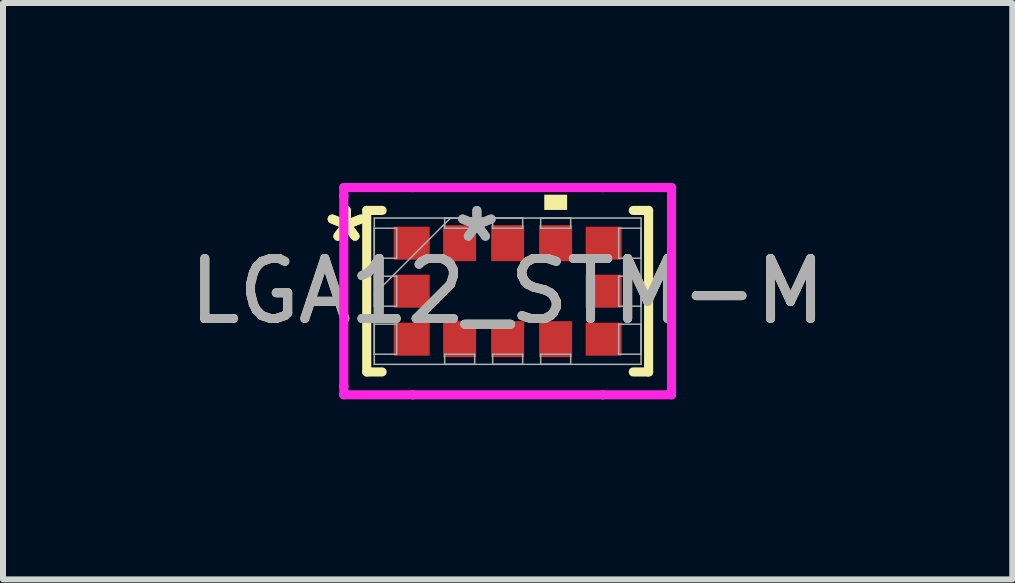
<source format=kicad_pcb>
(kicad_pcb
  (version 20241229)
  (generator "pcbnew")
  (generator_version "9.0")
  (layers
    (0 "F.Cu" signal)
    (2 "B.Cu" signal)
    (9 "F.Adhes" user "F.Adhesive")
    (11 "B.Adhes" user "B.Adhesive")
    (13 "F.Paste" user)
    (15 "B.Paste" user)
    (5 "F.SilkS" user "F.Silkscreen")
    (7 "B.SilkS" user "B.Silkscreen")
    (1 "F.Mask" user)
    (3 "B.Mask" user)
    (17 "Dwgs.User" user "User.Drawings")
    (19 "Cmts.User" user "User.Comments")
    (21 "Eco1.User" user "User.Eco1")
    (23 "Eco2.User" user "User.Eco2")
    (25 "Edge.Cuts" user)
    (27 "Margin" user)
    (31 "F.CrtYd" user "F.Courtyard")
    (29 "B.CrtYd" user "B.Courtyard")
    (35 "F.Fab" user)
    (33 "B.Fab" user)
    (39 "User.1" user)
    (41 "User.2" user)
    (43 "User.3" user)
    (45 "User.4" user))
  (footprint "LGA12_STM-M"
    (layer "F.Cu")
    (at 5.411 1.803)
    (property "Reference" "LGA12_STM-M" (at 0 0 0) (unlocked yes) (layer "F.SilkS") (effects (font (size 1 1) (thickness 0.15))))
    (attr smd)
    (fp_line (start -2.349 -1.346) (end -2.349 1.346) (stroke (width 0.152) (type solid)) (layer "F.SilkS"))
    (fp_line (start -2.349 1.346) (end -2.093 1.346) (stroke (width 0.152) (type solid)) (layer "F.SilkS"))
    (fp_line (start -2.093 -1.346) (end -2.349 -1.346) (stroke (width 0.152) (type solid)) (layer "F.SilkS"))
    (fp_line (start 2.093 1.346) (end 2.349 1.346) (stroke (width 0.152) (type solid)) (layer "F.SilkS"))
    (fp_line (start 2.349 -1.346) (end 2.093 -1.346) (stroke (width 0.152) (type solid)) (layer "F.SilkS"))
    (fp_line (start 2.349 1.346) (end 2.349 -1.346) (stroke (width 0.152) (type solid)) (layer "F.SilkS"))
    (fp_poly (pts (xy 0.61 -1.354) (xy 0.61 -1.608) (xy 0.991 -1.608) (xy 0.991 -1.354)) (stroke (width 0) (type solid)) (fill yes) (layer "F.SilkS"))
    (fp_line (start -2.731 -1.727) (end -1.583 -1.727) (stroke (width 0.152) (type solid)) (layer "F.CrtYd"))
    (fp_line (start -2.731 -1.583) (end -2.731 -1.727) (stroke (width 0.152) (type solid)) (layer "F.CrtYd"))
    (fp_line (start -2.731 -1.583) (end -2.731 -1.583) (stroke (width 0.152) (type solid)) (layer "F.CrtYd"))
    (fp_line (start -2.731 1.583) (end -2.731 -1.583) (stroke (width 0.152) (type solid)) (layer "F.CrtYd"))
    (fp_line (start -2.731 1.583) (end -2.731 1.583) (stroke (width 0.152) (type solid)) (layer "F.CrtYd"))
    (fp_line (start -2.731 1.727) (end -2.731 1.583) (stroke (width 0.152) (type solid)) (layer "F.CrtYd"))
    (fp_line (start -1.583 -1.727) (end -1.583 -1.727) (stroke (width 0.152) (type solid)) (layer "F.CrtYd"))
    (fp_line (start -1.583 -1.727) (end 1.583 -1.727) (stroke (width 0.152) (type solid)) (layer "F.CrtYd"))
    (fp_line (start -1.583 1.727) (end -2.731 1.727) (stroke (width 0.152) (type solid)) (layer "F.CrtYd"))
    (fp_line (start -1.583 1.727) (end -1.583 1.727) (stroke (width 0.152) (type solid)) (layer "F.CrtYd"))
    (fp_line (start 1.583 -1.727) (end 1.583 -1.727) (stroke (width 0.152) (type solid)) (layer "F.CrtYd"))
    (fp_line (start 1.583 -1.727) (end 2.731 -1.727) (stroke (width 0.152) (type solid)) (layer "F.CrtYd"))
    (fp_line (start 1.583 1.727) (end -1.583 1.727) (stroke (width 0.152) (type solid)) (layer "F.CrtYd"))
    (fp_line (start 1.583 1.727) (end 1.583 1.727) (stroke (width 0.152) (type solid)) (layer "F.CrtYd"))
    (fp_line (start 2.731 -1.727) (end 2.731 -1.583) (stroke (width 0.152) (type solid)) (layer "F.CrtYd"))
    (fp_line (start 2.731 -1.583) (end 2.731 -1.583) (stroke (width 0.152) (type solid)) (layer "F.CrtYd"))
    (fp_line (start 2.731 -1.583) (end 2.731 1.583) (stroke (width 0.152) (type solid)) (layer "F.CrtYd"))
    (fp_line (start 2.731 1.583) (end 2.731 1.583) (stroke (width 0.152) (type solid)) (layer "F.CrtYd"))
    (fp_line (start 2.731 1.583) (end 2.731 1.727) (stroke (width 0.152) (type solid)) (layer "F.CrtYd"))
    (fp_line (start 2.731 1.727) (end 1.583 1.727) (stroke (width 0.152) (type solid)) (layer "F.CrtYd"))
    (fp_line (start -2.223 -1.219) (end -2.223 1.219) (stroke (width 0.025) (type solid)) (layer "F.Fab"))
    (fp_line (start -2.223 -1.05) (end -1.85 -1.05) (stroke (width 0.025) (type solid)) (layer "F.Fab"))
    (fp_line (start -2.223 -0.55) (end -2.223 -1.05) (stroke (width 0.025) (type solid)) (layer "F.Fab"))
    (fp_line (start -2.223 -0.25) (end -1.85 -0.25) (stroke (width 0.025) (type solid)) (layer "F.Fab"))
    (fp_line (start -2.223 0.051) (end -0.953 -1.219) (stroke (width 0.025) (type solid)) (layer "F.Fab"))
    (fp_line (start -2.223 0.25) (end -2.223 -0.25) (stroke (width 0.025) (type solid)) (layer "F.Fab"))
    (fp_line (start -2.223 0.55) (end -1.85 0.55) (stroke (width 0.025) (type solid)) (layer "F.Fab"))
    (fp_line (start -2.223 1.05) (end -2.223 0.55) (stroke (width 0.025) (type solid)) (layer "F.Fab"))
    (fp_line (start -2.223 1.219) (end 2.223 1.219) (stroke (width 0.025) (type solid)) (layer "F.Fab"))
    (fp_line (start -1.85 -1.05) (end -1.85 -0.55) (stroke (width 0.025) (type solid)) (layer "F.Fab"))
    (fp_line (start -1.85 -0.55) (end -2.223 -0.55) (stroke (width 0.025) (type solid)) (layer "F.Fab"))
    (fp_line (start -1.85 -0.25) (end -1.85 0.25) (stroke (width 0.025) (type solid)) (layer "F.Fab"))
    (fp_line (start -1.85 0.25) (end -2.223 0.25) (stroke (width 0.025) (type solid)) (layer "F.Fab"))
    (fp_line (start -1.85 0.55) (end -1.85 1.05) (stroke (width 0.025) (type solid)) (layer "F.Fab"))
    (fp_line (start -1.85 1.05) (end -2.223 1.05) (stroke (width 0.025) (type solid)) (layer "F.Fab"))
    (fp_line (start -1.05 -1.219) (end -0.55 -1.219) (stroke (width 0.025) (type solid)) (layer "F.Fab"))
    (fp_line (start -1.05 -1.05) (end -1.05 -1.219) (stroke (width 0.025) (type solid)) (layer "F.Fab"))
    (fp_line (start -1.05 1.05) (end -0.55 1.05) (stroke (width 0.025) (type solid)) (layer "F.Fab"))
    (fp_line (start -1.05 1.219) (end -1.05 1.05) (stroke (width 0.025) (type solid)) (layer "F.Fab"))
    (fp_line (start -0.55 -1.219) (end -0.55 -1.05) (stroke (width 0.025) (type solid)) (layer "F.Fab"))
    (fp_line (start -0.55 -1.05) (end -1.05 -1.05) (stroke (width 0.025) (type solid)) (layer "F.Fab"))
    (fp_line (start -0.55 1.05) (end -0.55 1.219) (stroke (width 0.025) (type solid)) (layer "F.Fab"))
    (fp_line (start -0.55 1.219) (end -1.05 1.219) (stroke (width 0.025) (type solid)) (layer "F.Fab"))
    (fp_line (start -0.25 -1.219) (end 0.25 -1.219) (stroke (width 0.025) (type solid)) (layer "F.Fab"))
    (fp_line (start -0.25 -1.05) (end -0.25 -1.219) (stroke (width 0.025) (type solid)) (layer "F.Fab"))
    (fp_line (start -0.25 1.05) (end 0.25 1.05) (stroke (width 0.025) (type solid)) (layer "F.Fab"))
    (fp_line (start -0.25 1.219) (end -0.25 1.05) (stroke (width 0.025) (type solid)) (layer "F.Fab"))
    (fp_line (start 0.25 -1.219) (end 0.25 -1.05) (stroke (width 0.025) (type solid)) (layer "F.Fab"))
    (fp_line (start 0.25 -1.05) (end -0.25 -1.05) (stroke (width 0.025) (type solid)) (layer "F.Fab"))
    (fp_line (start 0.25 1.05) (end 0.25 1.219) (stroke (width 0.025) (type solid)) (layer "F.Fab"))
    (fp_line (start 0.25 1.219) (end -0.25 1.219) (stroke (width 0.025) (type solid)) (layer "F.Fab"))
    (fp_line (start 0.55 -1.219) (end 1.05 -1.219) (stroke (width 0.025) (type solid)) (layer "F.Fab"))
    (fp_line (start 0.55 -1.05) (end 0.55 -1.219) (stroke (width 0.025) (type solid)) (layer "F.Fab"))
    (fp_line (start 0.55 1.05) (end 1.05 1.05) (stroke (width 0.025) (type solid)) (layer "F.Fab"))
    (fp_line (start 0.55 1.219) (end 0.55 1.05) (stroke (width 0.025) (type solid)) (layer "F.Fab"))
    (fp_line (start 1.05 -1.219) (end 1.05 -1.05) (stroke (width 0.025) (type solid)) (layer "F.Fab"))
    (fp_line (start 1.05 -1.05) (end 0.55 -1.05) (stroke (width 0.025) (type solid)) (layer "F.Fab"))
    (fp_line (start 1.05 1.05) (end 1.05 1.219) (stroke (width 0.025) (type solid)) (layer "F.Fab"))
    (fp_line (start 1.05 1.219) (end 0.55 1.219) (stroke (width 0.025) (type solid)) (layer "F.Fab"))
    (fp_line (start 1.85 -1.05) (end 2.223 -1.05) (stroke (width 0.025) (type solid)) (layer "F.Fab"))
    (fp_line (start 1.85 -0.55) (end 1.85 -1.05) (stroke (width 0.025) (type solid)) (layer "F.Fab"))
    (fp_line (start 1.85 -0.25) (end 2.223 -0.25) (stroke (width 0.025) (type solid)) (layer "F.Fab"))
    (fp_line (start 1.85 0.25) (end 1.85 -0.25) (stroke (width 0.025) (type solid)) (layer "F.Fab"))
    (fp_line (start 1.85 0.55) (end 2.223 0.55) (stroke (width 0.025) (type solid)) (layer "F.Fab"))
    (fp_line (start 1.85 1.05) (end 1.85 0.55) (stroke (width 0.025) (type solid)) (layer "F.Fab"))
    (fp_line (start 2.223 -1.219) (end -2.223 -1.219) (stroke (width 0.025) (type solid)) (layer "F.Fab"))
    (fp_line (start 2.223 -1.05) (end 2.223 -0.55) (stroke (width 0.025) (type solid)) (layer "F.Fab"))
    (fp_line (start 2.223 -0.55) (end 1.85 -0.55) (stroke (width 0.025) (type solid)) (layer "F.Fab"))
    (fp_line (start 2.223 -0.25) (end 2.223 0.25) (stroke (width 0.025) (type solid)) (layer "F.Fab"))
    (fp_line (start 2.223 0.25) (end 1.85 0.25) (stroke (width 0.025) (type solid)) (layer "F.Fab"))
    (fp_line (start 2.223 0.55) (end 2.223 1.05) (stroke (width 0.025) (type solid)) (layer "F.Fab"))
    (fp_line (start 2.223 1.05) (end 1.85 1.05) (stroke (width 0.025) (type solid)) (layer "F.Fab"))
    (fp_line (start 2.223 1.219) (end 2.223 -1.219) (stroke (width 0.025) (type solid)) (layer "F.Fab"))
    (fp_text user "*" (at -2.687 -0.8 0) (layer "F.SilkS") (effects (font (size 1 1) (thickness 0.15))))
    (fp_text user "*" (at -2.687 -0.8 0) (unlocked yes) (layer "F.SilkS") (effects (font (size 1 1) (thickness 0.15))))
    (fp_text user "*" (at -0.513 -0.8 0) (unlocked yes) (layer "F.Fab") (effects (font (size 1 1) (thickness 0.15))))
    (fp_text user "*" (at -0.513 -0.8 0) (layer "F.Fab") (effects (font (size 1 1) (thickness 0.15))))
    (fp_text user "${REFERENCE}" (at 0 0 0) (unlocked yes) (layer "F.Fab") (effects (font (size 1 1) (thickness 0.15))))
    (pad "1" smd rect (at -1.6 -0.8 90) (size 0.55 0.6) (layers "F.Cu" "F.Mask" "F.Paste"))
    (pad "2" smd rect (at -0.8 -0.8) (size 0.55 0.6) (layers "F.Cu" "F.Mask" "F.Paste"))
    (pad "3" smd rect (at 0 -0.8) (size 0.55 0.6) (layers "F.Cu" "F.Mask" "F.Paste"))
    (pad "4" smd rect (at 0.8 -0.8) (size 0.55 0.6) (layers "F.Cu" "F.Mask" "F.Paste"))
    (pad "5" smd rect (at 1.6 -0.8 90) (size 0.55 0.6) (layers "F.Cu" "F.Mask" "F.Paste"))
    (pad "6" smd rect (at 1.6 0 90) (size 0.55 0.6) (layers "F.Cu" "F.Mask" "F.Paste"))
    (pad "7" smd rect (at 1.6 0.8 90) (size 0.55 0.6) (layers "F.Cu" "F.Mask" "F.Paste"))
    (pad "8" smd rect (at 0.8 0.8) (size 0.55 0.6) (layers "F.Cu" "F.Mask" "F.Paste"))
    (pad "9" smd rect (at 0 0.8) (size 0.55 0.6) (layers "F.Cu" "F.Mask" "F.Paste"))
    (pad "10" smd rect (at -0.8 0.8) (size 0.55 0.6) (layers "F.Cu" "F.Mask" "F.Paste"))
    (pad "11" smd rect (at -1.6 0.8 90) (size 0.55 0.6) (layers "F.Cu" "F.Mask" "F.Paste"))
    (pad "12" smd rect (at -1.6 0 90) (size 0.55 0.6) (layers "F.Cu" "F.Mask" "F.Paste")))
  (gr_rect
    (start -3 -3)
    (end 13.821 6.607)
    (stroke (width 0.1) (type default))
    (fill no)
    (layer "Edge.Cuts")))
</source>
